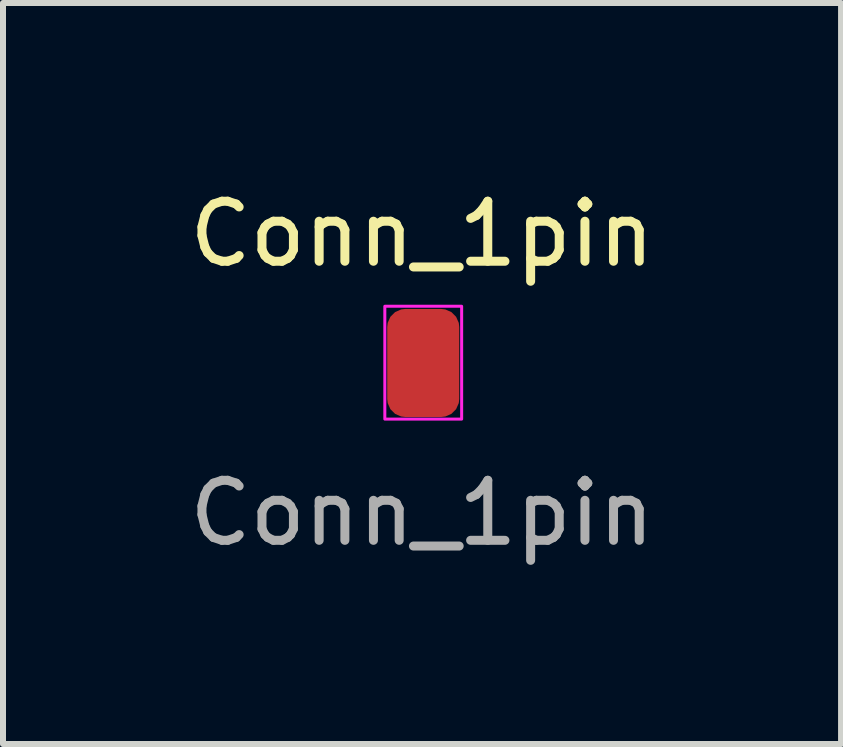
<source format=kicad_pcb>
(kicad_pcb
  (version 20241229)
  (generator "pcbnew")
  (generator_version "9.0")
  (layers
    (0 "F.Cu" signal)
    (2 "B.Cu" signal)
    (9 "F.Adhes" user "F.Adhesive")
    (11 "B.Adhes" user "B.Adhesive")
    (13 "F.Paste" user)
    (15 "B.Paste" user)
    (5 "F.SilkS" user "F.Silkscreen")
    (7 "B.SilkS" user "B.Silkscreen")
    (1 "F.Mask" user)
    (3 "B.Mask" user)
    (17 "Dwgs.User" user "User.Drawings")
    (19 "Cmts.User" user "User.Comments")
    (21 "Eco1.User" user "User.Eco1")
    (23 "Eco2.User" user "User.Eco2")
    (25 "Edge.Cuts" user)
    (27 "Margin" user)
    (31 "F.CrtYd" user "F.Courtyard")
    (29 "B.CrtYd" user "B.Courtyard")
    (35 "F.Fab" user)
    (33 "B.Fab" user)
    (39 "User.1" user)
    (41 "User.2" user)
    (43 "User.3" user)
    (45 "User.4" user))
  (footprint "Conn_1pin"
    (layer "F.Cu")
    (at 3.982 2.998)
    (property "Reference" "Conn_1pin" (at 0 -2.15 0) (unlocked yes) (layer "F.SilkS") (effects (font (size 1 1) (thickness 0.15))))
    (attr smd exclude_from_bom)
    (fp_rect (start -0.62 -0.945) (end 0.66 0.935) (stroke (width 0.05) (type solid)) (fill no) (layer "F.CrtYd"))
    (fp_text user "${REFERENCE}" (at 0 2.5 0) (unlocked yes) (layer "F.Fab") (effects (font (size 1 1) (thickness 0.15))))
    (pad "1" smd roundrect (at 0.02 0) (size 1.2 1.8) (layers "F.Cu" "F.Mask" "F.Paste") (roundrect_rratio 0.25)))
  (gr_rect
    (start -3 -3)
    (end 10.964 9.347)
    (stroke (width 0.1) (type default))
    (fill no)
    (layer "Edge.Cuts")))
</source>
